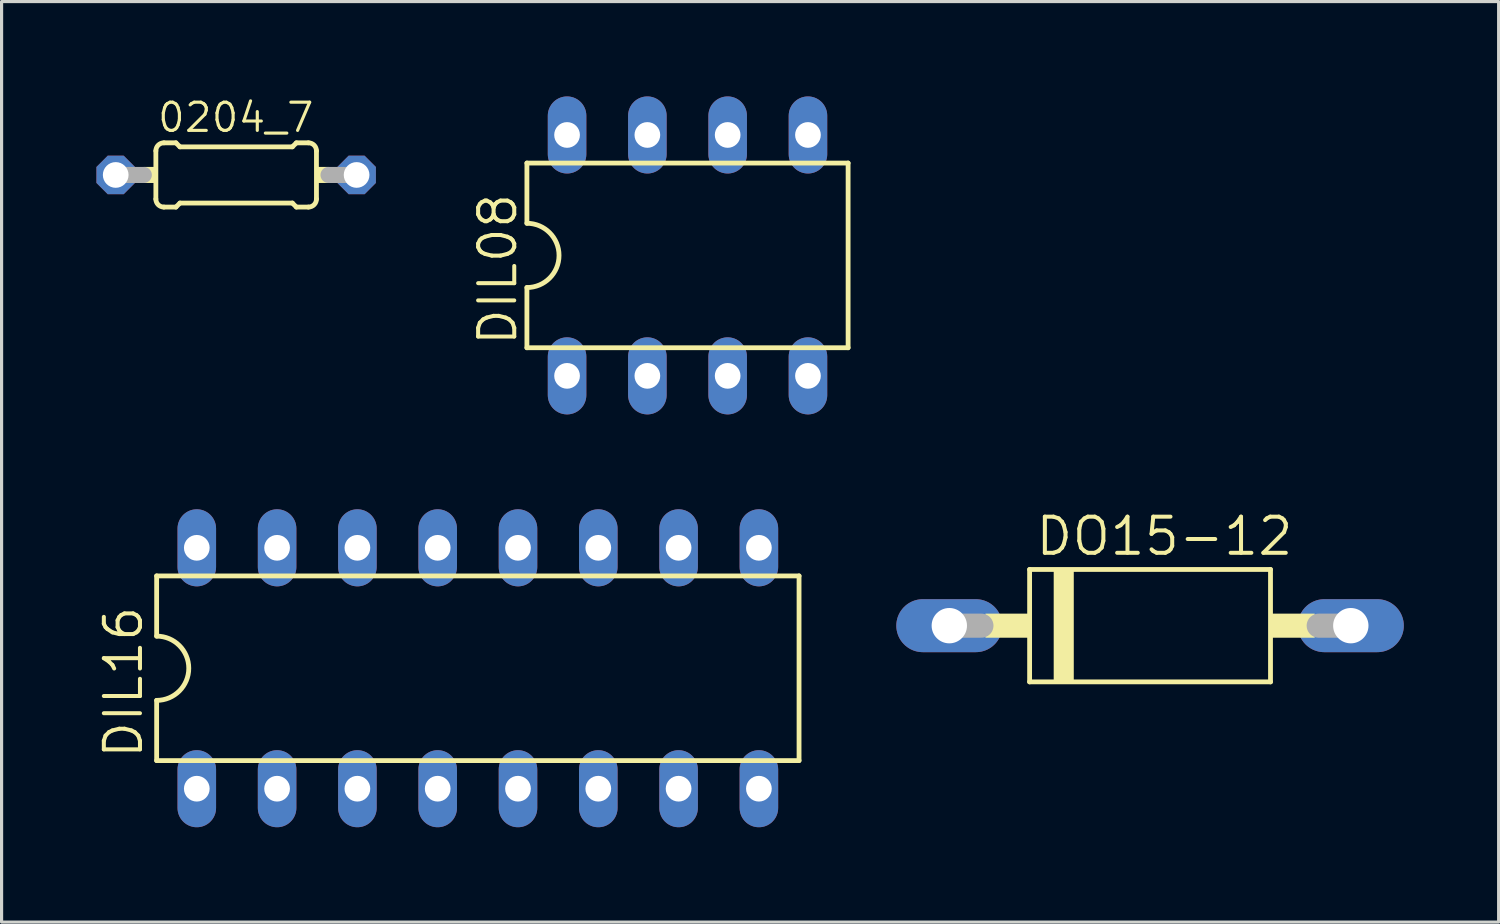
<source format=kicad_pcb>
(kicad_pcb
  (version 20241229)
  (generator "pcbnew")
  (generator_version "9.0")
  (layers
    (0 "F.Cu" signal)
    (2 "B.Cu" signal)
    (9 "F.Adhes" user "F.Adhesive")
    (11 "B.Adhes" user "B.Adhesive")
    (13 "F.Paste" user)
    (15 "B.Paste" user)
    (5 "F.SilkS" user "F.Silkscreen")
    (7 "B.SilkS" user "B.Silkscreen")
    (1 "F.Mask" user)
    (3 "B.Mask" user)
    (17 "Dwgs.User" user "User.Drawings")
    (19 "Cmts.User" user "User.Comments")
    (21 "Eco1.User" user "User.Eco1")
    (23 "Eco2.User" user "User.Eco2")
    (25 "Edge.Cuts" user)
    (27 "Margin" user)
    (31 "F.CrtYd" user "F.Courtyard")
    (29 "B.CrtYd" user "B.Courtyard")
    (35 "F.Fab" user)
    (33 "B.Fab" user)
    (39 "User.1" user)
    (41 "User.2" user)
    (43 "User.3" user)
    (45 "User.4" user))
  (footprint "DIL08"
    (layer "F.Cu")
    (at 18.697 5.029)
    (property "Reference" "DIL08" (at -5.334 2.921 90) (layer "F.SilkS") (effects (font (size 1.143 1.143) (thickness 0.127)) (justify left bottom)))
    (fp_line (start -5.08 -2.921) (end -5.08 -1.016) (stroke (width 0.152) (type solid)) (layer "F.SilkS"))
    (fp_line (start -5.08 2.921) (end -5.08 1.016) (stroke (width 0.152) (type solid)) (layer "F.SilkS"))
    (fp_line (start -5.08 2.921) (end 5.08 2.921) (stroke (width 0.152) (type solid)) (layer "F.SilkS"))
    (fp_line (start 5.08 -2.921) (end -5.08 -2.921) (stroke (width 0.152) (type solid)) (layer "F.SilkS"))
    (fp_line (start 5.08 -2.921) (end 5.08 2.921) (stroke (width 0.152) (type solid)) (layer "F.SilkS"))
    (fp_arc (start -5.08 -1.016) (mid -4.064 0) (end -5.08 1.016) (stroke (width 0.1524) (type solid)) (layer "F.SilkS"))
    (pad "1" thru_hole oval (at -3.81 3.81 90) (size 2.438 1.219) (drill 0.813) (layers "*.Cu" "*.Mask"))
    (pad "2" thru_hole oval (at -1.27 3.81 90) (size 2.438 1.219) (drill 0.813) (layers "*.Cu" "*.Mask"))
    (pad "3" thru_hole oval (at 1.27 3.81 90) (size 2.438 1.219) (drill 0.813) (layers "*.Cu" "*.Mask"))
    (pad "4" thru_hole oval (at 3.81 3.81 90) (size 2.438 1.219) (drill 0.813) (layers "*.Cu" "*.Mask"))
    (pad "5" thru_hole oval (at 3.81 -3.81 90) (size 2.438 1.219) (drill 0.813) (layers "*.Cu" "*.Mask"))
    (pad "6" thru_hole oval (at 1.27 -3.81 90) (size 2.438 1.219) (drill 0.813) (layers "*.Cu" "*.Mask"))
    (pad "7" thru_hole oval (at -1.27 -3.81 90) (size 2.438 1.219) (drill 0.813) (layers "*.Cu" "*.Mask"))
    (pad "8" thru_hole oval (at -3.81 -3.81 90) (size 2.438 1.219) (drill 0.813) (layers "*.Cu" "*.Mask")))
  (footprint "0204_7"
    (layer "F.Cu")
    (at 4.42 2.484)
    (property "Reference" "0204_7" (at -2.54 -1.295 0) (layer "F.SilkS") (effects (font (size 0.892 0.892) (thickness 0.099)) (justify left bottom)))
    (fp_line (start -2.54 0.762) (end -2.54 -0.762) (stroke (width 0.152) (type solid)) (layer "F.SilkS"))
    (fp_line (start -2.286 -1.016) (end -1.905 -1.016) (stroke (width 0.152) (type solid)) (layer "F.SilkS"))
    (fp_line (start -2.286 1.016) (end -1.905 1.016) (stroke (width 0.152) (type solid)) (layer "F.SilkS"))
    (fp_line (start -1.778 -0.889) (end -1.905 -1.016) (stroke (width 0.152) (type solid)) (layer "F.SilkS"))
    (fp_line (start -1.778 0.889) (end -1.905 1.016) (stroke (width 0.152) (type solid)) (layer "F.SilkS"))
    (fp_line (start 1.778 -0.889) (end -1.778 -0.889) (stroke (width 0.152) (type solid)) (layer "F.SilkS"))
    (fp_line (start 1.778 -0.889) (end 1.905 -1.016) (stroke (width 0.152) (type solid)) (layer "F.SilkS"))
    (fp_line (start 1.778 0.889) (end -1.778 0.889) (stroke (width 0.152) (type solid)) (layer "F.SilkS"))
    (fp_line (start 1.778 0.889) (end 1.905 1.016) (stroke (width 0.152) (type solid)) (layer "F.SilkS"))
    (fp_line (start 2.286 -1.016) (end 1.905 -1.016) (stroke (width 0.152) (type solid)) (layer "F.SilkS"))
    (fp_line (start 2.286 1.016) (end 1.905 1.016) (stroke (width 0.152) (type solid)) (layer "F.SilkS"))
    (fp_line (start 2.54 0.762) (end 2.54 -0.762) (stroke (width 0.152) (type solid)) (layer "F.SilkS"))
    (fp_arc (start -2.54 -0.762) (mid -2.465605 -0.941605) (end -2.286 -1.016) (stroke (width 0.1524) (type solid)) (layer "F.SilkS"))
    (fp_arc (start -2.286 1.016) (mid -2.465605 0.941605) (end -2.54 0.762) (stroke (width 0.1524) (type solid)) (layer "F.SilkS"))
    (fp_arc (start 2.286 -1.016) (mid 2.465605 -0.941605) (end 2.54 -0.762) (stroke (width 0.1524) (type solid)) (layer "F.SilkS"))
    (fp_arc (start 2.54 0.762) (mid 2.465605 0.941605) (end 2.286 1.016) (stroke (width 0.1524) (type solid)) (layer "F.SilkS"))
    (fp_poly (pts (xy -2.921 0.254) (xy -2.54 0.254) (xy -2.54 -0.254) (xy -2.921 -0.254)) (stroke (width 0) (type solid)) (fill yes) (layer "F.SilkS"))
    (fp_poly (pts (xy 2.54 0.254) (xy 2.921 0.254) (xy 2.921 -0.254) (xy 2.54 -0.254)) (stroke (width 0) (type solid)) (fill yes) (layer "F.SilkS"))
    (fp_line (start -3.81 0) (end -2.921 0) (stroke (width 0.508) (type solid)) (layer "F.Fab"))
    (fp_line (start 3.81 0) (end 2.921 0) (stroke (width 0.508) (type solid)) (layer "F.Fab"))
    (pad "1" thru_hole roundrect (at -3.81 0) (size 1.219 1.219) (drill 0.813) (layers "*.Cu" "*.Mask") (roundrect_rratio 0.25) (chamfer_ratio 0.293) (chamfer top_left top_right bottom_left bottom_right))
    (pad "2" thru_hole roundrect (at 3.81 0) (size 1.219 1.219) (drill 0.813) (layers "*.Cu" "*.Mask") (roundrect_rratio 0.25) (chamfer_ratio 0.293) (chamfer top_left top_right bottom_left bottom_right)))
  (footprint "DIL16"
    (layer "F.Cu")
    (at 12.065 18.088)
    (property "Reference" "DIL16" (at -10.541 2.921 90) (layer "F.SilkS") (effects (font (size 1.143 1.143) (thickness 0.127)) (justify left bottom)))
    (fp_line (start -10.16 -2.921) (end -10.16 -1.016) (stroke (width 0.152) (type solid)) (layer "F.SilkS"))
    (fp_line (start -10.16 2.921) (end -10.16 1.016) (stroke (width 0.152) (type solid)) (layer "F.SilkS"))
    (fp_line (start -10.16 2.921) (end 10.16 2.921) (stroke (width 0.152) (type solid)) (layer "F.SilkS"))
    (fp_line (start 10.16 -2.921) (end -10.16 -2.921) (stroke (width 0.152) (type solid)) (layer "F.SilkS"))
    (fp_line (start 10.16 -2.921) (end 10.16 2.921) (stroke (width 0.152) (type solid)) (layer "F.SilkS"))
    (fp_arc (start -10.16 -1.016) (mid -9.144 0) (end -10.16 1.016) (stroke (width 0.1524) (type solid)) (layer "F.SilkS"))
    (pad "1" thru_hole oval (at -8.89 3.81 90) (size 2.438 1.219) (drill 0.813) (layers "*.Cu" "*.Mask"))
    (pad "2" thru_hole oval (at -6.35 3.81 90) (size 2.438 1.219) (drill 0.813) (layers "*.Cu" "*.Mask"))
    (pad "3" thru_hole oval (at -3.81 3.81 90) (size 2.438 1.219) (drill 0.813) (layers "*.Cu" "*.Mask"))
    (pad "4" thru_hole oval (at -1.27 3.81 90) (size 2.438 1.219) (drill 0.813) (layers "*.Cu" "*.Mask"))
    (pad "5" thru_hole oval (at 1.27 3.81 90) (size 2.438 1.219) (drill 0.813) (layers "*.Cu" "*.Mask"))
    (pad "6" thru_hole oval (at 3.81 3.81 90) (size 2.438 1.219) (drill 0.813) (layers "*.Cu" "*.Mask"))
    (pad "7" thru_hole oval (at 6.35 3.81 90) (size 2.438 1.219) (drill 0.813) (layers "*.Cu" "*.Mask"))
    (pad "8" thru_hole oval (at 8.89 3.81 90) (size 2.438 1.219) (drill 0.813) (layers "*.Cu" "*.Mask"))
    (pad "9" thru_hole oval (at 8.89 -3.81 90) (size 2.438 1.219) (drill 0.813) (layers "*.Cu" "*.Mask"))
    (pad "10" thru_hole oval (at 6.35 -3.81 90) (size 2.438 1.219) (drill 0.813) (layers "*.Cu" "*.Mask"))
    (pad "11" thru_hole oval (at 3.81 -3.81 90) (size 2.438 1.219) (drill 0.813) (layers "*.Cu" "*.Mask"))
    (pad "12" thru_hole oval (at 1.27 -3.81 90) (size 2.438 1.219) (drill 0.813) (layers "*.Cu" "*.Mask"))
    (pad "13" thru_hole oval (at -1.27 -3.81 90) (size 2.438 1.219) (drill 0.813) (layers "*.Cu" "*.Mask"))
    (pad "14" thru_hole oval (at -3.81 -3.81 90) (size 2.438 1.219) (drill 0.813) (layers "*.Cu" "*.Mask"))
    (pad "15" thru_hole oval (at -6.35 -3.81 90) (size 2.438 1.219) (drill 0.813) (layers "*.Cu" "*.Mask"))
    (pad "16" thru_hole oval (at -8.89 -3.81 90) (size 2.438 1.219) (drill 0.813) (layers "*.Cu" "*.Mask")))
  (footprint "DO15-12"
    (layer "F.Cu")
    (at 33.328 16.741)
    (property "Reference" "DO15-12" (at -3.683 -2.159 0) (layer "F.SilkS") (effects (font (size 1.143 1.143) (thickness 0.127)) (justify left bottom)))
    (fp_line (start -3.81 -1.778) (end -3.81 1.778) (stroke (width 0.152) (type solid)) (layer "F.SilkS"))
    (fp_line (start -3.81 1.778) (end 3.81 1.778) (stroke (width 0.152) (type solid)) (layer "F.SilkS"))
    (fp_line (start 3.81 -1.778) (end -3.81 -1.778) (stroke (width 0.152) (type solid)) (layer "F.SilkS"))
    (fp_line (start 3.81 1.778) (end 3.81 -1.778) (stroke (width 0.152) (type solid)) (layer "F.SilkS"))
    (fp_poly (pts (xy -5.207 0.381) (xy -3.81 0.381) (xy -3.81 -0.381) (xy -5.207 -0.381)) (stroke (width 0) (type solid)) (fill yes) (layer "F.SilkS"))
    (fp_poly (pts (xy -3.048 1.778) (xy -2.413 1.778) (xy -2.413 -1.778) (xy -3.048 -1.778)) (stroke (width 0) (type solid)) (fill yes) (layer "F.SilkS"))
    (fp_poly (pts (xy 3.81 0.381) (xy 5.207 0.381) (xy 5.207 -0.381) (xy 3.81 -0.381)) (stroke (width 0) (type solid)) (fill yes) (layer "F.SilkS"))
    (fp_line (start -6.35 0) (end -5.334 0) (stroke (width 0.762) (type solid)) (layer "F.Fab"))
    (fp_line (start 6.35 0) (end 5.334 0) (stroke (width 0.762) (type solid)) (layer "F.Fab"))
    (pad "A" thru_hole oval (at 6.35 0) (size 3.353 1.676) (drill 1.118) (layers "*.Cu" "*.Mask"))
    (pad "C" thru_hole oval (at -6.35 0) (size 3.353 1.676) (drill 1.118) (layers "*.Cu" "*.Mask")))
  (gr_rect
    (start -3 -3)
    (end 44.354 26.117)
    (stroke (width 0.1) (type default))
    (fill no)
    (layer "Edge.Cuts")))
</source>
